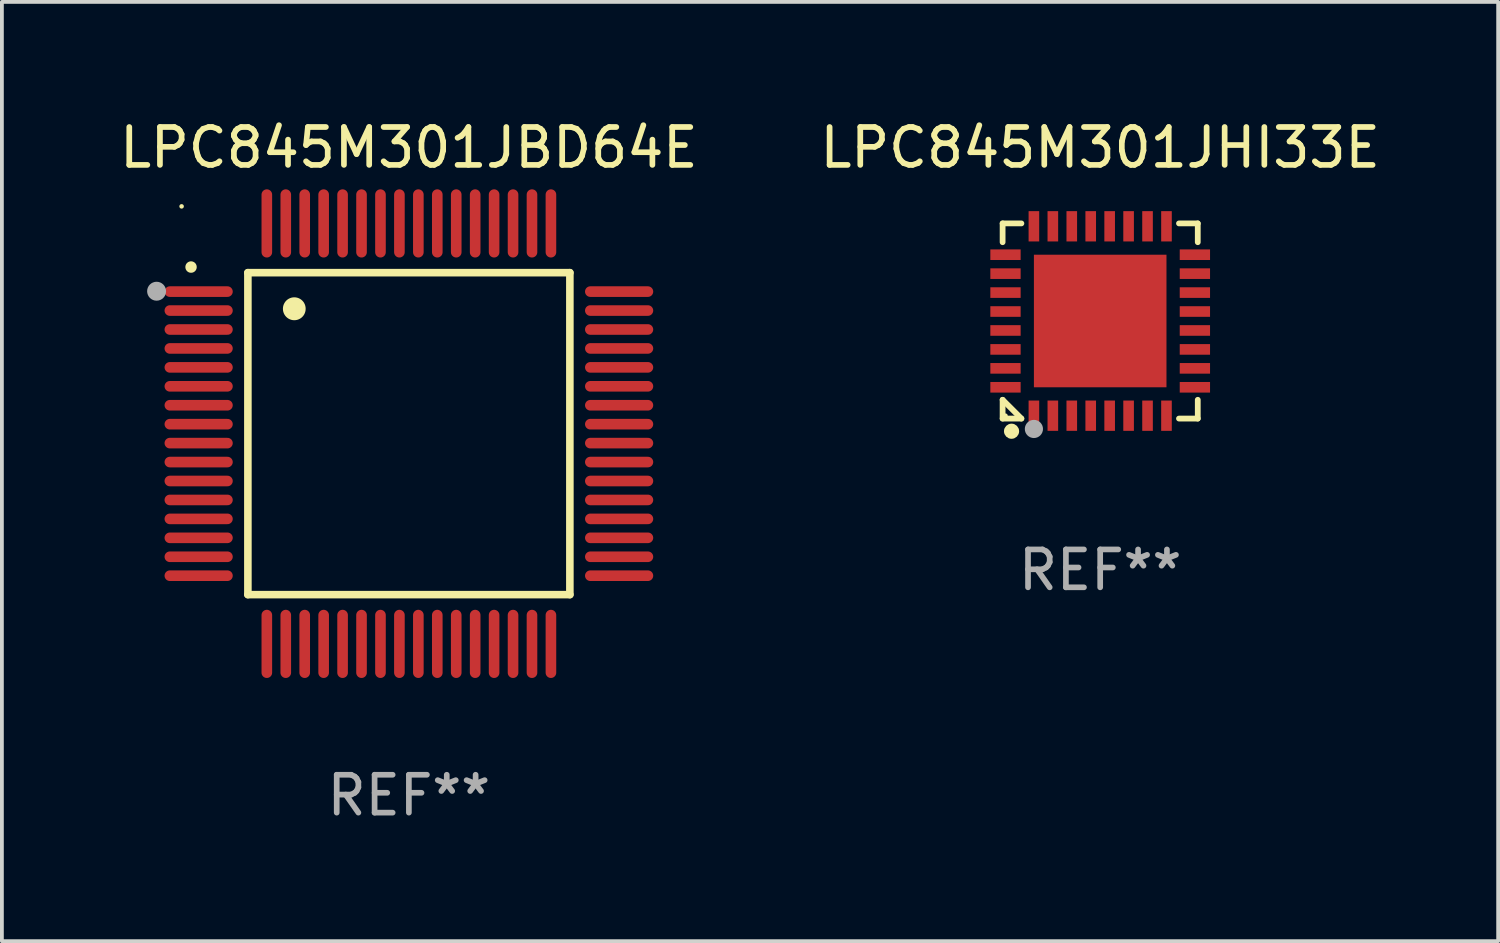
<source format=kicad_pcb>
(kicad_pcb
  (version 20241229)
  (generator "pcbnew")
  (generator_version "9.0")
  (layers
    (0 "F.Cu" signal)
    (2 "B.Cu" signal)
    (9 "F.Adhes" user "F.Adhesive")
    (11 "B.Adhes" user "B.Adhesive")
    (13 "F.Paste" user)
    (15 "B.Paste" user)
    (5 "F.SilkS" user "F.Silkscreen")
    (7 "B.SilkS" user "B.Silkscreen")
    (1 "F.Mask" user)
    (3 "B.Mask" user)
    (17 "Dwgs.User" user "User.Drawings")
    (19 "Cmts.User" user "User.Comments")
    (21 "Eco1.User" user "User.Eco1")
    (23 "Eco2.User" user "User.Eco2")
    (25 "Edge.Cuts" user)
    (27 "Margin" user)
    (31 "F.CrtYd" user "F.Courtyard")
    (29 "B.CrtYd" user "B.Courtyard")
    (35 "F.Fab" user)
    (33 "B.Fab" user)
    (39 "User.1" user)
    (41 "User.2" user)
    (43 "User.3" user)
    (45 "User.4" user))
  (footprint "LPC845M301JHI33E"
    (layer "F.Cu")
    (at 25.994 5.424)
    (property "Reference" "LPC845M301JHI33E" (at 0 -4.576 0) (layer "F.SilkS") (effects (font (size 1 1) (thickness 0.15))))
    (attr through_hole)
    (fp_line (start -2.576 -2.576) (end -2.08 -2.576) (stroke (width 0.152) (type solid)) (layer "F.SilkS"))
    (fp_line (start -2.576 -2.08) (end -2.576 -2.576) (stroke (width 0.152) (type solid)) (layer "F.SilkS"))
    (fp_line (start -2.576 2.08) (end -2.576 2.576) (stroke (width 0.152) (type solid)) (layer "F.SilkS"))
    (fp_line (start -2.576 2.08) (end -2.08 2.576) (stroke (width 0.152) (type solid)) (layer "F.SilkS"))
    (fp_line (start -2.576 2.576) (end -2.08 2.576) (stroke (width 0.152) (type solid)) (layer "F.SilkS"))
    (fp_line (start 2.576 -2.576) (end 2.08 -2.576) (stroke (width 0.152) (type solid)) (layer "F.SilkS"))
    (fp_line (start 2.576 -2.08) (end 2.576 -2.576) (stroke (width 0.152) (type solid)) (layer "F.SilkS"))
    (fp_line (start 2.576 2.08) (end 2.576 2.576) (stroke (width 0.152) (type solid)) (layer "F.SilkS"))
    (fp_line (start 2.576 2.576) (end 2.08 2.576) (stroke (width 0.152) (type solid)) (layer "F.SilkS"))
    (fp_circle (center -2.5 2.5) (end -2.47 2.5) (stroke (width 0.06) (type solid)) (fill no) (layer "F.SilkS"))
    (fp_circle (center -2.34 2.91) (end -2.24 2.91) (stroke (width 0.2) (type solid)) (fill no) (layer "F.SilkS"))
    (fp_circle (center -1.75 2.85) (end -1.63 2.85) (stroke (width 0.24) (type solid)) (fill no) (layer "F.Fab"))
    (fp_text user "REF**" (at 0 6.576 0) (layer "F.Fab") (effects (font (size 1 1) (thickness 0.15))))
    (pad "1" smd rect (at -1.75 2.5) (size 0.28 0.8) (layers "F.Cu" "F.Mask" "F.Paste"))
    (pad "2" smd rect (at -1.25 2.5) (size 0.28 0.8) (layers "F.Cu" "F.Mask" "F.Paste"))
    (pad "3" smd rect (at -0.75 2.5) (size 0.28 0.8) (layers "F.Cu" "F.Mask" "F.Paste"))
    (pad "4" smd rect (at -0.25 2.5) (size 0.28 0.8) (layers "F.Cu" "F.Mask" "F.Paste"))
    (pad "5" smd rect (at 0.25 2.5) (size 0.28 0.8) (layers "F.Cu" "F.Mask" "F.Paste"))
    (pad "6" smd rect (at 0.75 2.5) (size 0.28 0.8) (layers "F.Cu" "F.Mask" "F.Paste"))
    (pad "7" smd rect (at 1.25 2.5) (size 0.28 0.8) (layers "F.Cu" "F.Mask" "F.Paste"))
    (pad "8" smd rect (at 1.75 2.5) (size 0.28 0.8) (layers "F.Cu" "F.Mask" "F.Paste"))
    (pad "9" smd rect (at 2.5 1.75) (size 0.8 0.28) (layers "F.Cu" "F.Mask" "F.Paste"))
    (pad "10" smd rect (at 2.5 1.25) (size 0.8 0.28) (layers "F.Cu" "F.Mask" "F.Paste"))
    (pad "11" smd rect (at 2.5 0.75) (size 0.8 0.28) (layers "F.Cu" "F.Mask" "F.Paste"))
    (pad "12" smd rect (at 2.5 0.25) (size 0.8 0.28) (layers "F.Cu" "F.Mask" "F.Paste"))
    (pad "13" smd rect (at 2.5 -0.25) (size 0.8 0.28) (layers "F.Cu" "F.Mask" "F.Paste"))
    (pad "14" smd rect (at 2.5 -0.75) (size 0.8 0.28) (layers "F.Cu" "F.Mask" "F.Paste"))
    (pad "15" smd rect (at 2.5 -1.25) (size 0.8 0.28) (layers "F.Cu" "F.Mask" "F.Paste"))
    (pad "16" smd rect (at 2.5 -1.75) (size 0.8 0.28) (layers "F.Cu" "F.Mask" "F.Paste"))
    (pad "17" smd rect (at 1.75 -2.5) (size 0.28 0.8) (layers "F.Cu" "F.Mask" "F.Paste"))
    (pad "18" smd rect (at 1.25 -2.5) (size 0.28 0.8) (layers "F.Cu" "F.Mask" "F.Paste"))
    (pad "19" smd rect (at 0.75 -2.5) (size 0.28 0.8) (layers "F.Cu" "F.Mask" "F.Paste"))
    (pad "20" smd rect (at 0.25 -2.5) (size 0.28 0.8) (layers "F.Cu" "F.Mask" "F.Paste"))
    (pad "21" smd rect (at -0.25 -2.5) (size 0.28 0.8) (layers "F.Cu" "F.Mask" "F.Paste"))
    (pad "22" smd rect (at -0.75 -2.5) (size 0.28 0.8) (layers "F.Cu" "F.Mask" "F.Paste"))
    (pad "23" smd rect (at -1.25 -2.5) (size 0.28 0.8) (layers "F.Cu" "F.Mask" "F.Paste"))
    (pad "24" smd rect (at -1.75 -2.5) (size 0.28 0.8) (layers "F.Cu" "F.Mask" "F.Paste"))
    (pad "25" smd rect (at -2.5 -1.75) (size 0.8 0.28) (layers "F.Cu" "F.Mask" "F.Paste"))
    (pad "26" smd rect (at -2.5 -1.25) (size 0.8 0.28) (layers "F.Cu" "F.Mask" "F.Paste"))
    (pad "27" smd rect (at -2.5 -0.75) (size 0.8 0.28) (layers "F.Cu" "F.Mask" "F.Paste"))
    (pad "28" smd rect (at -2.5 -0.25) (size 0.8 0.28) (layers "F.Cu" "F.Mask" "F.Paste"))
    (pad "29" smd rect (at -2.5 0.25) (size 0.8 0.28) (layers "F.Cu" "F.Mask" "F.Paste"))
    (pad "30" smd rect (at -2.5 0.75) (size 0.8 0.28) (layers "F.Cu" "F.Mask" "F.Paste"))
    (pad "31" smd rect (at -2.5 1.25) (size 0.8 0.28) (layers "F.Cu" "F.Mask" "F.Paste"))
    (pad "32" smd rect (at -2.5 1.75) (size 0.8 0.28) (layers "F.Cu" "F.Mask" "F.Paste"))
    (pad "33" smd rect (at 0 0) (size 3.5 3.5) (layers "F.Cu" "F.Mask" "F.Paste")))
  (footprint "LPC845M301JBD64E"
    (layer "F.Cu")
    (at 7.744 8.398)
    (property "Reference" "LPC845M301JBD64E" (at 0 -7.55 0) (layer "F.SilkS") (effects (font (size 1 1) (thickness 0.15))))
    (attr through_hole)
    (fp_line (start -4.25 -4.25) (end -4.25 4.25) (stroke (width 0.2) (type solid)) (layer "F.SilkS"))
    (fp_line (start -4.25 4.25) (end 4.25 4.25) (stroke (width 0.2) (type solid)) (layer "F.SilkS"))
    (fp_line (start 4.25 -4.25) (end -4.25 -4.25) (stroke (width 0.2) (type solid)) (layer "F.SilkS"))
    (fp_line (start 4.25 4.25) (end 4.25 -4.25) (stroke (width 0.2) (type solid)) (layer "F.SilkS"))
    (fp_arc (start -5.750572 -4.396749) (mid -5.750577 -4.398019) (end -5.750572 -4.399289) (stroke (width 0.3) (type solid)) (layer "F.SilkS"))
    (fp_arc (start -3.025146 -3.294387) (mid -3.025157 -3.296927) (end -3.025146 -3.299467) (stroke (width 0.6) (type solid)) (layer "F.SilkS"))
    (fp_circle (center -6 -6) (end -5.97 -6) (stroke (width 0.06) (type solid)) (fill no) (layer "F.SilkS"))
    (fp_circle (center -6.66 -3.76) (end -6.535 -3.76) (stroke (width 0.25) (type solid)) (fill no) (layer "F.Fab"))
    (fp_text user "REF**" (at 0 9.55 0) (layer "F.Fab") (effects (font (size 1 1) (thickness 0.15))))
    (pad "1" smd oval (at -5.55 -3.75) (size 1.8 0.28) (layers "F.Cu" "F.Mask" "F.Paste"))
    (pad "2" smd oval (at -5.55 -3.25) (size 1.8 0.28) (layers "F.Cu" "F.Mask" "F.Paste"))
    (pad "3" smd oval (at -5.55 -2.75) (size 1.8 0.28) (layers "F.Cu" "F.Mask" "F.Paste"))
    (pad "4" smd oval (at -5.55 -2.25) (size 1.8 0.28) (layers "F.Cu" "F.Mask" "F.Paste"))
    (pad "5" smd oval (at -5.55 -1.75) (size 1.8 0.28) (layers "F.Cu" "F.Mask" "F.Paste"))
    (pad "6" smd oval (at -5.55 -1.25) (size 1.8 0.28) (layers "F.Cu" "F.Mask" "F.Paste"))
    (pad "7" smd oval (at -5.55 -0.75) (size 1.8 0.28) (layers "F.Cu" "F.Mask" "F.Paste"))
    (pad "8" smd oval (at -5.55 -0.25) (size 1.8 0.28) (layers "F.Cu" "F.Mask" "F.Paste"))
    (pad "9" smd oval (at -5.55 0.25) (size 1.8 0.28) (layers "F.Cu" "F.Mask" "F.Paste"))
    (pad "10" smd oval (at -5.55 0.75) (size 1.8 0.28) (layers "F.Cu" "F.Mask" "F.Paste"))
    (pad "11" smd oval (at -5.55 1.25) (size 1.8 0.28) (layers "F.Cu" "F.Mask" "F.Paste"))
    (pad "12" smd oval (at -5.55 1.75) (size 1.8 0.28) (layers "F.Cu" "F.Mask" "F.Paste"))
    (pad "13" smd oval (at -5.55 2.25) (size 1.8 0.28) (layers "F.Cu" "F.Mask" "F.Paste"))
    (pad "14" smd oval (at -5.55 2.75) (size 1.8 0.28) (layers "F.Cu" "F.Mask" "F.Paste"))
    (pad "15" smd oval (at -5.55 3.25) (size 1.8 0.28) (layers "F.Cu" "F.Mask" "F.Paste"))
    (pad "16" smd oval (at -5.55 3.75) (size 1.8 0.28) (layers "F.Cu" "F.Mask" "F.Paste"))
    (pad "17" smd oval (at -3.75 5.55) (size 0.28 1.8) (layers "F.Cu" "F.Mask" "F.Paste"))
    (pad "18" smd oval (at -3.25 5.55) (size 0.28 1.8) (layers "F.Cu" "F.Mask" "F.Paste"))
    (pad "19" smd oval (at -2.75 5.55) (size 0.28 1.8) (layers "F.Cu" "F.Mask" "F.Paste"))
    (pad "20" smd oval (at -2.25 5.55) (size 0.28 1.8) (layers "F.Cu" "F.Mask" "F.Paste"))
    (pad "21" smd oval (at -1.75 5.55) (size 0.28 1.8) (layers "F.Cu" "F.Mask" "F.Paste"))
    (pad "22" smd oval (at -1.25 5.55) (size 0.28 1.8) (layers "F.Cu" "F.Mask" "F.Paste"))
    (pad "23" smd oval (at -0.75 5.55) (size 0.28 1.8) (layers "F.Cu" "F.Mask" "F.Paste"))
    (pad "24" smd oval (at -0.25 5.55) (size 0.28 1.8) (layers "F.Cu" "F.Mask" "F.Paste"))
    (pad "25" smd oval (at 0.25 5.55) (size 0.28 1.8) (layers "F.Cu" "F.Mask" "F.Paste"))
    (pad "26" smd oval (at 0.75 5.55) (size 0.28 1.8) (layers "F.Cu" "F.Mask" "F.Paste"))
    (pad "27" smd oval (at 1.25 5.55) (size 0.28 1.8) (layers "F.Cu" "F.Mask" "F.Paste"))
    (pad "28" smd oval (at 1.75 5.55) (size 0.28 1.8) (layers "F.Cu" "F.Mask" "F.Paste"))
    (pad "29" smd oval (at 2.25 5.55) (size 0.28 1.8) (layers "F.Cu" "F.Mask" "F.Paste"))
    (pad "30" smd oval (at 2.75 5.55) (size 0.28 1.8) (layers "F.Cu" "F.Mask" "F.Paste"))
    (pad "31" smd oval (at 3.25 5.55) (size 0.28 1.8) (layers "F.Cu" "F.Mask" "F.Paste"))
    (pad "32" smd oval (at 3.75 5.55) (size 0.28 1.8) (layers "F.Cu" "F.Mask" "F.Paste"))
    (pad "33" smd oval (at 5.55 3.75) (size 1.8 0.28) (layers "F.Cu" "F.Mask" "F.Paste"))
    (pad "34" smd oval (at 5.55 3.25) (size 1.8 0.28) (layers "F.Cu" "F.Mask" "F.Paste"))
    (pad "35" smd oval (at 5.55 2.75) (size 1.8 0.28) (layers "F.Cu" "F.Mask" "F.Paste"))
    (pad "36" smd oval (at 5.55 2.25) (size 1.8 0.28) (layers "F.Cu" "F.Mask" "F.Paste"))
    (pad "37" smd oval (at 5.55 1.75) (size 1.8 0.28) (layers "F.Cu" "F.Mask" "F.Paste"))
    (pad "38" smd oval (at 5.55 1.25) (size 1.8 0.28) (layers "F.Cu" "F.Mask" "F.Paste"))
    (pad "39" smd oval (at 5.55 0.75) (size 1.8 0.28) (layers "F.Cu" "F.Mask" "F.Paste"))
    (pad "40" smd oval (at 5.55 0.25) (size 1.8 0.28) (layers "F.Cu" "F.Mask" "F.Paste"))
    (pad "41" smd oval (at 5.55 -0.25) (size 1.8 0.28) (layers "F.Cu" "F.Mask" "F.Paste"))
    (pad "42" smd oval (at 5.55 -0.75) (size 1.8 0.28) (layers "F.Cu" "F.Mask" "F.Paste"))
    (pad "43" smd oval (at 5.55 -1.25) (size 1.8 0.28) (layers "F.Cu" "F.Mask" "F.Paste"))
    (pad "44" smd oval (at 5.55 -1.75) (size 1.8 0.28) (layers "F.Cu" "F.Mask" "F.Paste"))
    (pad "45" smd oval (at 5.55 -2.25) (size 1.8 0.28) (layers "F.Cu" "F.Mask" "F.Paste"))
    (pad "46" smd oval (at 5.55 -2.75) (size 1.8 0.28) (layers "F.Cu" "F.Mask" "F.Paste"))
    (pad "47" smd oval (at 5.55 -3.25) (size 1.8 0.28) (layers "F.Cu" "F.Mask" "F.Paste"))
    (pad "48" smd oval (at 5.55 -3.75) (size 1.8 0.28) (layers "F.Cu" "F.Mask" "F.Paste"))
    (pad "49" smd oval (at 3.75 -5.55) (size 0.28 1.8) (layers "F.Cu" "F.Mask" "F.Paste"))
    (pad "50" smd oval (at 3.25 -5.55) (size 0.28 1.8) (layers "F.Cu" "F.Mask" "F.Paste"))
    (pad "51" smd oval (at 2.75 -5.55) (size 0.28 1.8) (layers "F.Cu" "F.Mask" "F.Paste"))
    (pad "52" smd oval (at 2.25 -5.55) (size 0.28 1.8) (layers "F.Cu" "F.Mask" "F.Paste"))
    (pad "53" smd oval (at 1.75 -5.55) (size 0.28 1.8) (layers "F.Cu" "F.Mask" "F.Paste"))
    (pad "54" smd oval (at 1.25 -5.55) (size 0.28 1.8) (layers "F.Cu" "F.Mask" "F.Paste"))
    (pad "55" smd oval (at 0.75 -5.55) (size 0.28 1.8) (layers "F.Cu" "F.Mask" "F.Paste"))
    (pad "56" smd oval (at 0.25 -5.55) (size 0.28 1.8) (layers "F.Cu" "F.Mask" "F.Paste"))
    (pad "57" smd oval (at -0.25 -5.55) (size 0.28 1.8) (layers "F.Cu" "F.Mask" "F.Paste"))
    (pad "58" smd oval (at -0.75 -5.55) (size 0.28 1.8) (layers "F.Cu" "F.Mask" "F.Paste"))
    (pad "59" smd oval (at -1.25 -5.55) (size 0.28 1.8) (layers "F.Cu" "F.Mask" "F.Paste"))
    (pad "60" smd oval (at -1.75 -5.55) (size 0.28 1.8) (layers "F.Cu" "F.Mask" "F.Paste"))
    (pad "61" smd oval (at -2.25 -5.55) (size 0.28 1.8) (layers "F.Cu" "F.Mask" "F.Paste"))
    (pad "62" smd oval (at -2.75 -5.55) (size 0.28 1.8) (layers "F.Cu" "F.Mask" "F.Paste"))
    (pad "63" smd oval (at -3.25 -5.55) (size 0.28 1.8) (layers "F.Cu" "F.Mask" "F.Paste"))
    (pad "64" smd oval (at -3.75 -5.55) (size 0.28 1.8) (layers "F.Cu" "F.Mask" "F.Paste")))
  (gr_rect
    (start -3 -3)
    (end 36.5 21.796)
    (stroke (width 0.1) (type default))
    (fill no)
    (layer "Edge.Cuts")))
</source>
